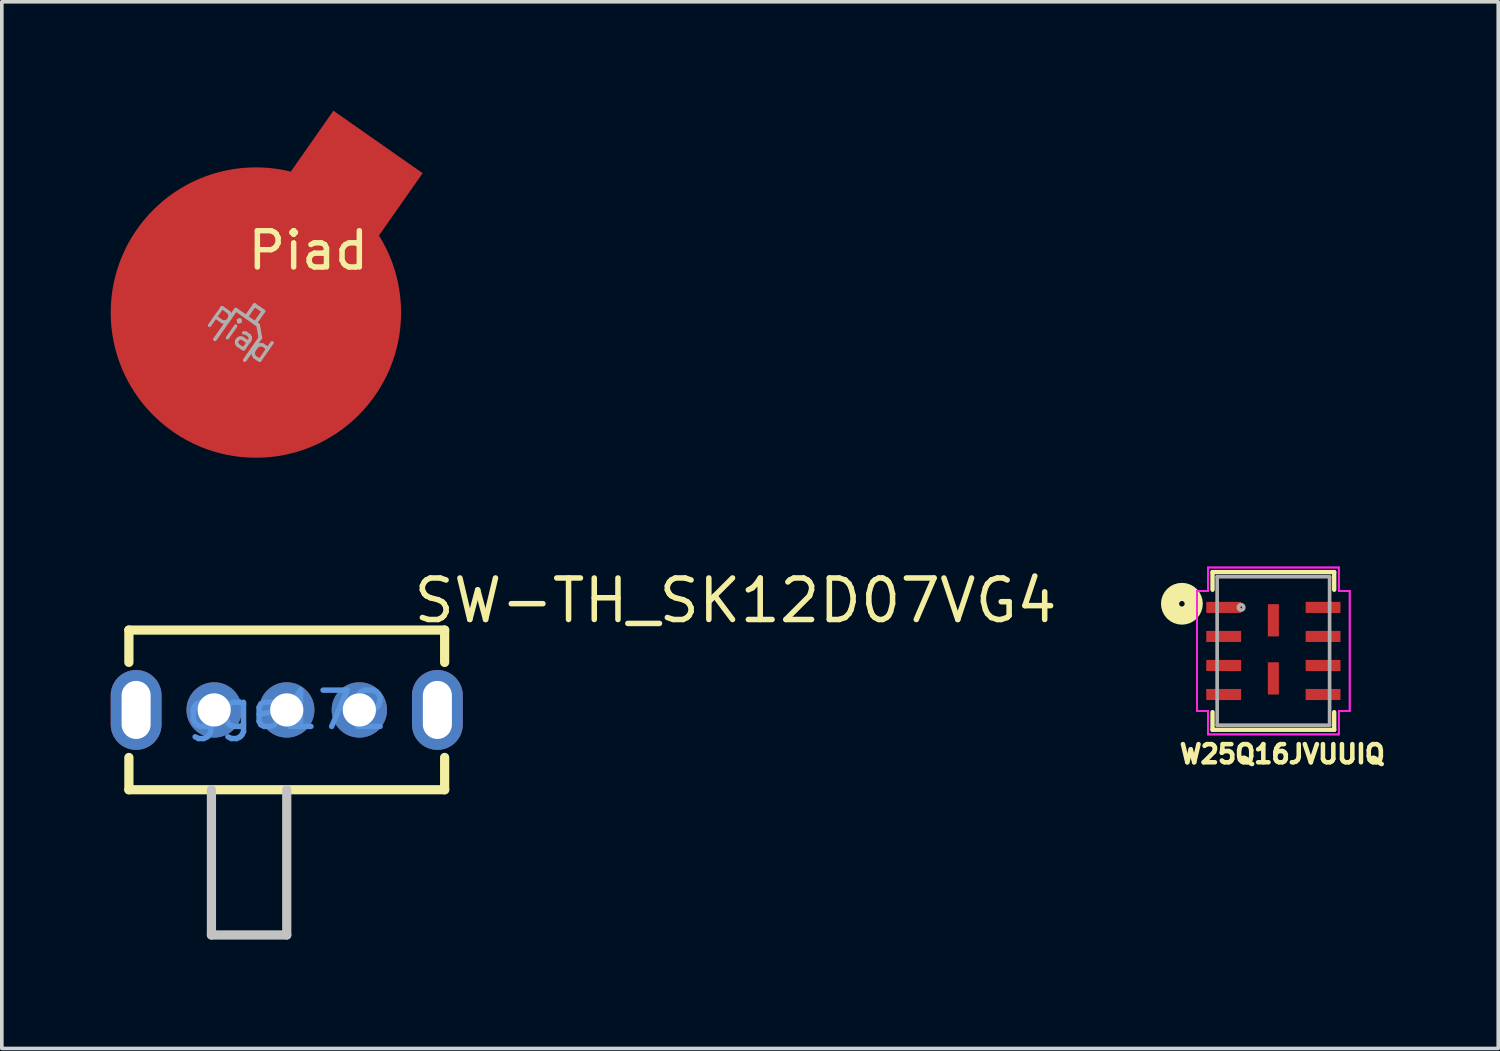
<source format=kicad_pcb>
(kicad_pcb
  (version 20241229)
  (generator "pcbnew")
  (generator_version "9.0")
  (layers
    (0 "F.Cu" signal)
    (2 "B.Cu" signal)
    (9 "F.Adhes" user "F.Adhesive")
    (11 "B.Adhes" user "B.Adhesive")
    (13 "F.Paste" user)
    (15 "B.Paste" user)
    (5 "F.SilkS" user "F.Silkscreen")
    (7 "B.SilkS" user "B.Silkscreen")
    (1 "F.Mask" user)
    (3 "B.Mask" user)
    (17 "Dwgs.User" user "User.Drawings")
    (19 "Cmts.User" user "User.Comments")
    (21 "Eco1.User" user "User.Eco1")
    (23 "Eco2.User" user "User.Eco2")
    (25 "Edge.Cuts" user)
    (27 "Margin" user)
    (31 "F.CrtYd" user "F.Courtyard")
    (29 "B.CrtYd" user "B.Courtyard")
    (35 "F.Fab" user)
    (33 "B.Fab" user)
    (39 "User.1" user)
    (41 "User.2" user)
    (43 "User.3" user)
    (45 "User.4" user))
  (footprint "SW-TH_SK12D07VG4"
    (layer "F.Cu")
    (at 4.85 16.509)
    (property "Reference" "SW-TH_SK12D07VG4" (at 3.419 -3.013 0) (layer "F.SilkS") (effects (font (size 1.143 1.143) (thickness 0.152)) (justify left)))
    (attr through_hole)
    (fp_line (start -4.35 -2.2) (end 4.35 -2.2) (stroke (width 0.254) (type solid)) (layer "F.SilkS"))
    (fp_line (start -4.349 -1.31) (end -4.349 -2.2) (stroke (width 0.254) (type solid)) (layer "F.SilkS"))
    (fp_line (start -4.349 2.199) (end -4.349 1.31) (stroke (width 0.254) (type solid)) (layer "F.SilkS"))
    (fp_line (start 4.35 -2.2) (end 4.35 -1.309) (stroke (width 0.254) (type solid)) (layer "F.SilkS"))
    (fp_line (start 4.35 1.309) (end 4.35 2.199) (stroke (width 0.254) (type solid)) (layer "F.SilkS"))
    (fp_line (start 4.351 2.199) (end -4.349 2.199) (stroke (width 0.254) (type solid)) (layer "F.SilkS"))
    (fp_line (start -2.075 2.2) (end -2.075 6.2) (stroke (width 0.254) (type solid)) (layer "Dwgs.User"))
    (fp_line (start -2.075 6.2) (end 0 6.2) (stroke (width 0.254) (type solid)) (layer "Dwgs.User"))
    (fp_line (start 0 6.2) (end 0 2.2) (stroke (width 0.254) (type solid)) (layer "Dwgs.User"))
    (fp_text user "gge172" (at 0 0 0) (layer "Cmts.User") (effects (font (size 1 1) (thickness 0.15))))
    (pad "1" thru_hole circle (at -2 0) (size 1.524 1.524) (drill 0.914) (layers "*.Cu" "*.Paste" "*.Mask"))
    (pad "2" thru_hole circle (at 0 0) (size 1.524 1.524) (drill 0.914) (layers "*.Cu" "*.Paste" "*.Mask"))
    (pad "3" thru_hole circle (at 2 0) (size 1.524 1.524) (drill 0.914) (layers "*.Cu" "*.Paste" "*.Mask"))
    (pad "4" thru_hole oval (at 4.15 0) (size 1.4 2.2) (drill oval 0.8 1.6) (layers "*.Cu" "*.Paste" "*.Mask"))
    (pad "5" thru_hole oval (at -4.15 0) (size 1.4 2.2) (drill oval 0.8 1.6) (layers "*.Cu" "*.Paste" "*.Mask")))
  (footprint "Piad"
    (layer "F.Cu")
    (at 4.07 5.351)
    (property "Reference" "Piad" (at 1.375 -1.5 0) (layer "F.SilkS") (effects (font (size 1 1) (thickness 0.15))))
    (attr through_hole)
    (fp_line (start -1.197 0.947) (end -0.623 0.128) (stroke (width 0.1) (type solid)) (layer "F.Fab"))
    (fp_line (start -0.623 0.128) (end -0.009 0.558) (stroke (width 0.1) (type solid)) (layer "F.Fab"))
    (fp_line (start -0.107 0.001) (end -0.336 0.329) (stroke (width 0.1) (type solid)) (layer "F.Fab"))
    (fp_line (start -0.009 0.558) (end 0.053 0.906) (stroke (width 0.1) (type solid)) (layer "F.Fab"))
    (fp_line (start 0.053 0.906) (end -0.377 1.521) (stroke (width 0.1) (type solid)) (layer "F.Fab"))
    (fp_line (start 0.139 0.173) (end -0.107 0.001) (stroke (width 0.1) (type solid)) (layer "F.Fab"))
    (fp_line (start 0.139 0.173) (end -0.091 0.501) (stroke (width 0.1) (type solid)) (layer "F.Fab"))
    (fp_text user "${REFERENCE}" (at -0.5 0.824 325) (layer "F.Fab") (effects (font (size 0.6 0.6) (thickness 0.09))))
    (pad "" smd rect (at 1.574 -2.033 235) (size 6 3) (layers "F.Cu" "F.Mask" "F.Paste"))
    (pad "1" smd oval (at -0.07 0.21 235) (size 8 8) (layers "F.Cu" "F.Mask" "F.Paste")))
  (footprint "W25Q16JVUUIQ"
    (layer "F.Cu")
    (at 32.032 14.884)
    (property "Reference" "W25Q16JVUUIQ" (at 0.247 2.842 0) (layer "F.SilkS") (effects (font (size 0.5 0.5) (thickness 0.125))))
    (attr through_hole)
    (fp_line (start -1.676 -2.172) (end -1.676 -1.686) (stroke (width 0.12) (type solid)) (layer "F.SilkS"))
    (fp_line (start -1.676 1.686) (end -1.676 2.172) (stroke (width 0.12) (type solid)) (layer "F.SilkS"))
    (fp_line (start -1.676 2.172) (end 1.676 2.172) (stroke (width 0.12) (type solid)) (layer "F.SilkS"))
    (fp_line (start 1.676 -2.172) (end -1.676 -2.172) (stroke (width 0.12) (type solid)) (layer "F.SilkS"))
    (fp_line (start 1.676 -1.686) (end 1.676 -2.172) (stroke (width 0.12) (type solid)) (layer "F.SilkS"))
    (fp_line (start 1.676 2.172) (end 1.676 1.686) (stroke (width 0.12) (type solid)) (layer "F.SilkS"))
    (fp_circle (center -2.52 -1.3) (end -2.444 -1.3) (stroke (width 0.5) (type solid)) (fill no) (layer "F.SilkS"))
    (fp_line (start -2.103 -1.651) (end -1.803 -1.651) (stroke (width 0.05) (type solid)) (layer "F.CrtYd"))
    (fp_line (start -2.103 -1.651) (end -1.803 -1.651) (stroke (width 0.05) (type solid)) (layer "F.CrtYd"))
    (fp_line (start -2.103 1.651) (end -2.103 -1.651) (stroke (width 0.05) (type solid)) (layer "F.CrtYd"))
    (fp_line (start -2.103 1.651) (end -2.103 -1.651) (stroke (width 0.05) (type solid)) (layer "F.CrtYd"))
    (fp_line (start -2.103 1.651) (end -1.803 1.651) (stroke (width 0.05) (type solid)) (layer "F.CrtYd"))
    (fp_line (start -1.803 -2.299) (end 1.803 -2.299) (stroke (width 0.05) (type solid)) (layer "F.CrtYd"))
    (fp_line (start -1.803 -2.299) (end 1.803 -2.299) (stroke (width 0.05) (type solid)) (layer "F.CrtYd"))
    (fp_line (start -1.803 -1.651) (end -1.803 -2.299) (stroke (width 0.05) (type solid)) (layer "F.CrtYd"))
    (fp_line (start -1.803 -1.651) (end -1.803 -2.299) (stroke (width 0.05) (type solid)) (layer "F.CrtYd"))
    (fp_line (start -1.803 1.651) (end -2.103 1.651) (stroke (width 0.05) (type solid)) (layer "F.CrtYd"))
    (fp_line (start -1.803 2.299) (end -1.803 1.651) (stroke (width 0.05) (type solid)) (layer "F.CrtYd"))
    (fp_line (start -1.803 2.299) (end -1.803 1.651) (stroke (width 0.05) (type solid)) (layer "F.CrtYd"))
    (fp_line (start 1.803 -2.299) (end 1.803 -1.651) (stroke (width 0.05) (type solid)) (layer "F.CrtYd"))
    (fp_line (start 1.803 -2.299) (end 1.803 -1.651) (stroke (width 0.05) (type solid)) (layer "F.CrtYd"))
    (fp_line (start 1.803 -1.651) (end 2.103 -1.651) (stroke (width 0.05) (type solid)) (layer "F.CrtYd"))
    (fp_line (start 1.803 1.651) (end 1.803 2.299) (stroke (width 0.05) (type solid)) (layer "F.CrtYd"))
    (fp_line (start 1.803 1.651) (end 1.803 2.299) (stroke (width 0.05) (type solid)) (layer "F.CrtYd"))
    (fp_line (start 1.803 2.299) (end -1.803 2.299) (stroke (width 0.05) (type solid)) (layer "F.CrtYd"))
    (fp_line (start 1.803 2.299) (end -1.803 2.299) (stroke (width 0.05) (type solid)) (layer "F.CrtYd"))
    (fp_line (start 2.103 -1.651) (end 1.803 -1.651) (stroke (width 0.05) (type solid)) (layer "F.CrtYd"))
    (fp_line (start 2.103 -1.651) (end 2.103 1.651) (stroke (width 0.05) (type solid)) (layer "F.CrtYd"))
    (fp_line (start 2.103 -1.651) (end 2.103 1.651) (stroke (width 0.05) (type solid)) (layer "F.CrtYd"))
    (fp_line (start 2.103 1.651) (end 1.803 1.651) (stroke (width 0.05) (type solid)) (layer "F.CrtYd"))
    (fp_line (start 2.103 1.651) (end 1.803 1.651) (stroke (width 0.05) (type solid)) (layer "F.CrtYd"))
    (fp_line (start -1.549 -2.045) (end -1.549 2.045) (stroke (width 0.1) (type solid)) (layer "F.Fab"))
    (fp_line (start -1.549 2.045) (end 1.549 2.045) (stroke (width 0.1) (type solid)) (layer "F.Fab"))
    (fp_line (start 1.549 -2.045) (end -1.549 -2.045) (stroke (width 0.1) (type solid)) (layer "F.Fab"))
    (fp_line (start 1.549 2.045) (end 1.549 -2.045) (stroke (width 0.1) (type solid)) (layer "F.Fab"))
    (fp_circle (center -0.889 -1.2) (end -0.813 -1.2) (stroke (width 0.1) (type solid)) (fill no) (layer "F.Fab"))
    (pad "1" smd rect (at -1.369 -1.2) (size 0.96 0.306) (layers "F.Cu" "F.Mask" "F.Paste"))
    (pad "2" smd rect (at -1.369 -0.4) (size 0.96 0.306) (layers "F.Cu" "F.Mask" "F.Paste"))
    (pad "3" smd rect (at -1.369 0.4) (size 0.96 0.306) (layers "F.Cu" "F.Mask" "F.Paste"))
    (pad "4" smd rect (at -1.369 1.2) (size 0.96 0.306) (layers "F.Cu" "F.Mask" "F.Paste"))
    (pad "5" smd rect (at 1.369 1.2) (size 0.96 0.306) (layers "F.Cu" "F.Mask" "F.Paste"))
    (pad "6" smd rect (at 1.369 0.4) (size 0.96 0.306) (layers "F.Cu" "F.Mask" "F.Paste"))
    (pad "7" smd rect (at 1.369 -0.4) (size 0.96 0.306) (layers "F.Cu" "F.Mask" "F.Paste"))
    (pad "8" smd rect (at 1.369 -1.2) (size 0.96 0.306) (layers "F.Cu" "F.Mask" "F.Paste"))
    (pad "9" smd rect (at 0 -0.845) (size 0.305 0.889) (layers "F.Cu" "F.Mask" "F.Paste"))
    (pad "10" smd rect (at 0 0.756) (size 0.305 0.889) (layers "F.Cu" "F.Mask" "F.Paste")))
  (gr_rect
    (start -3 -3)
    (end 38.227 25.836)
    (stroke (width 0.1) (type default))
    (fill no)
    (layer "Edge.Cuts")))
</source>
